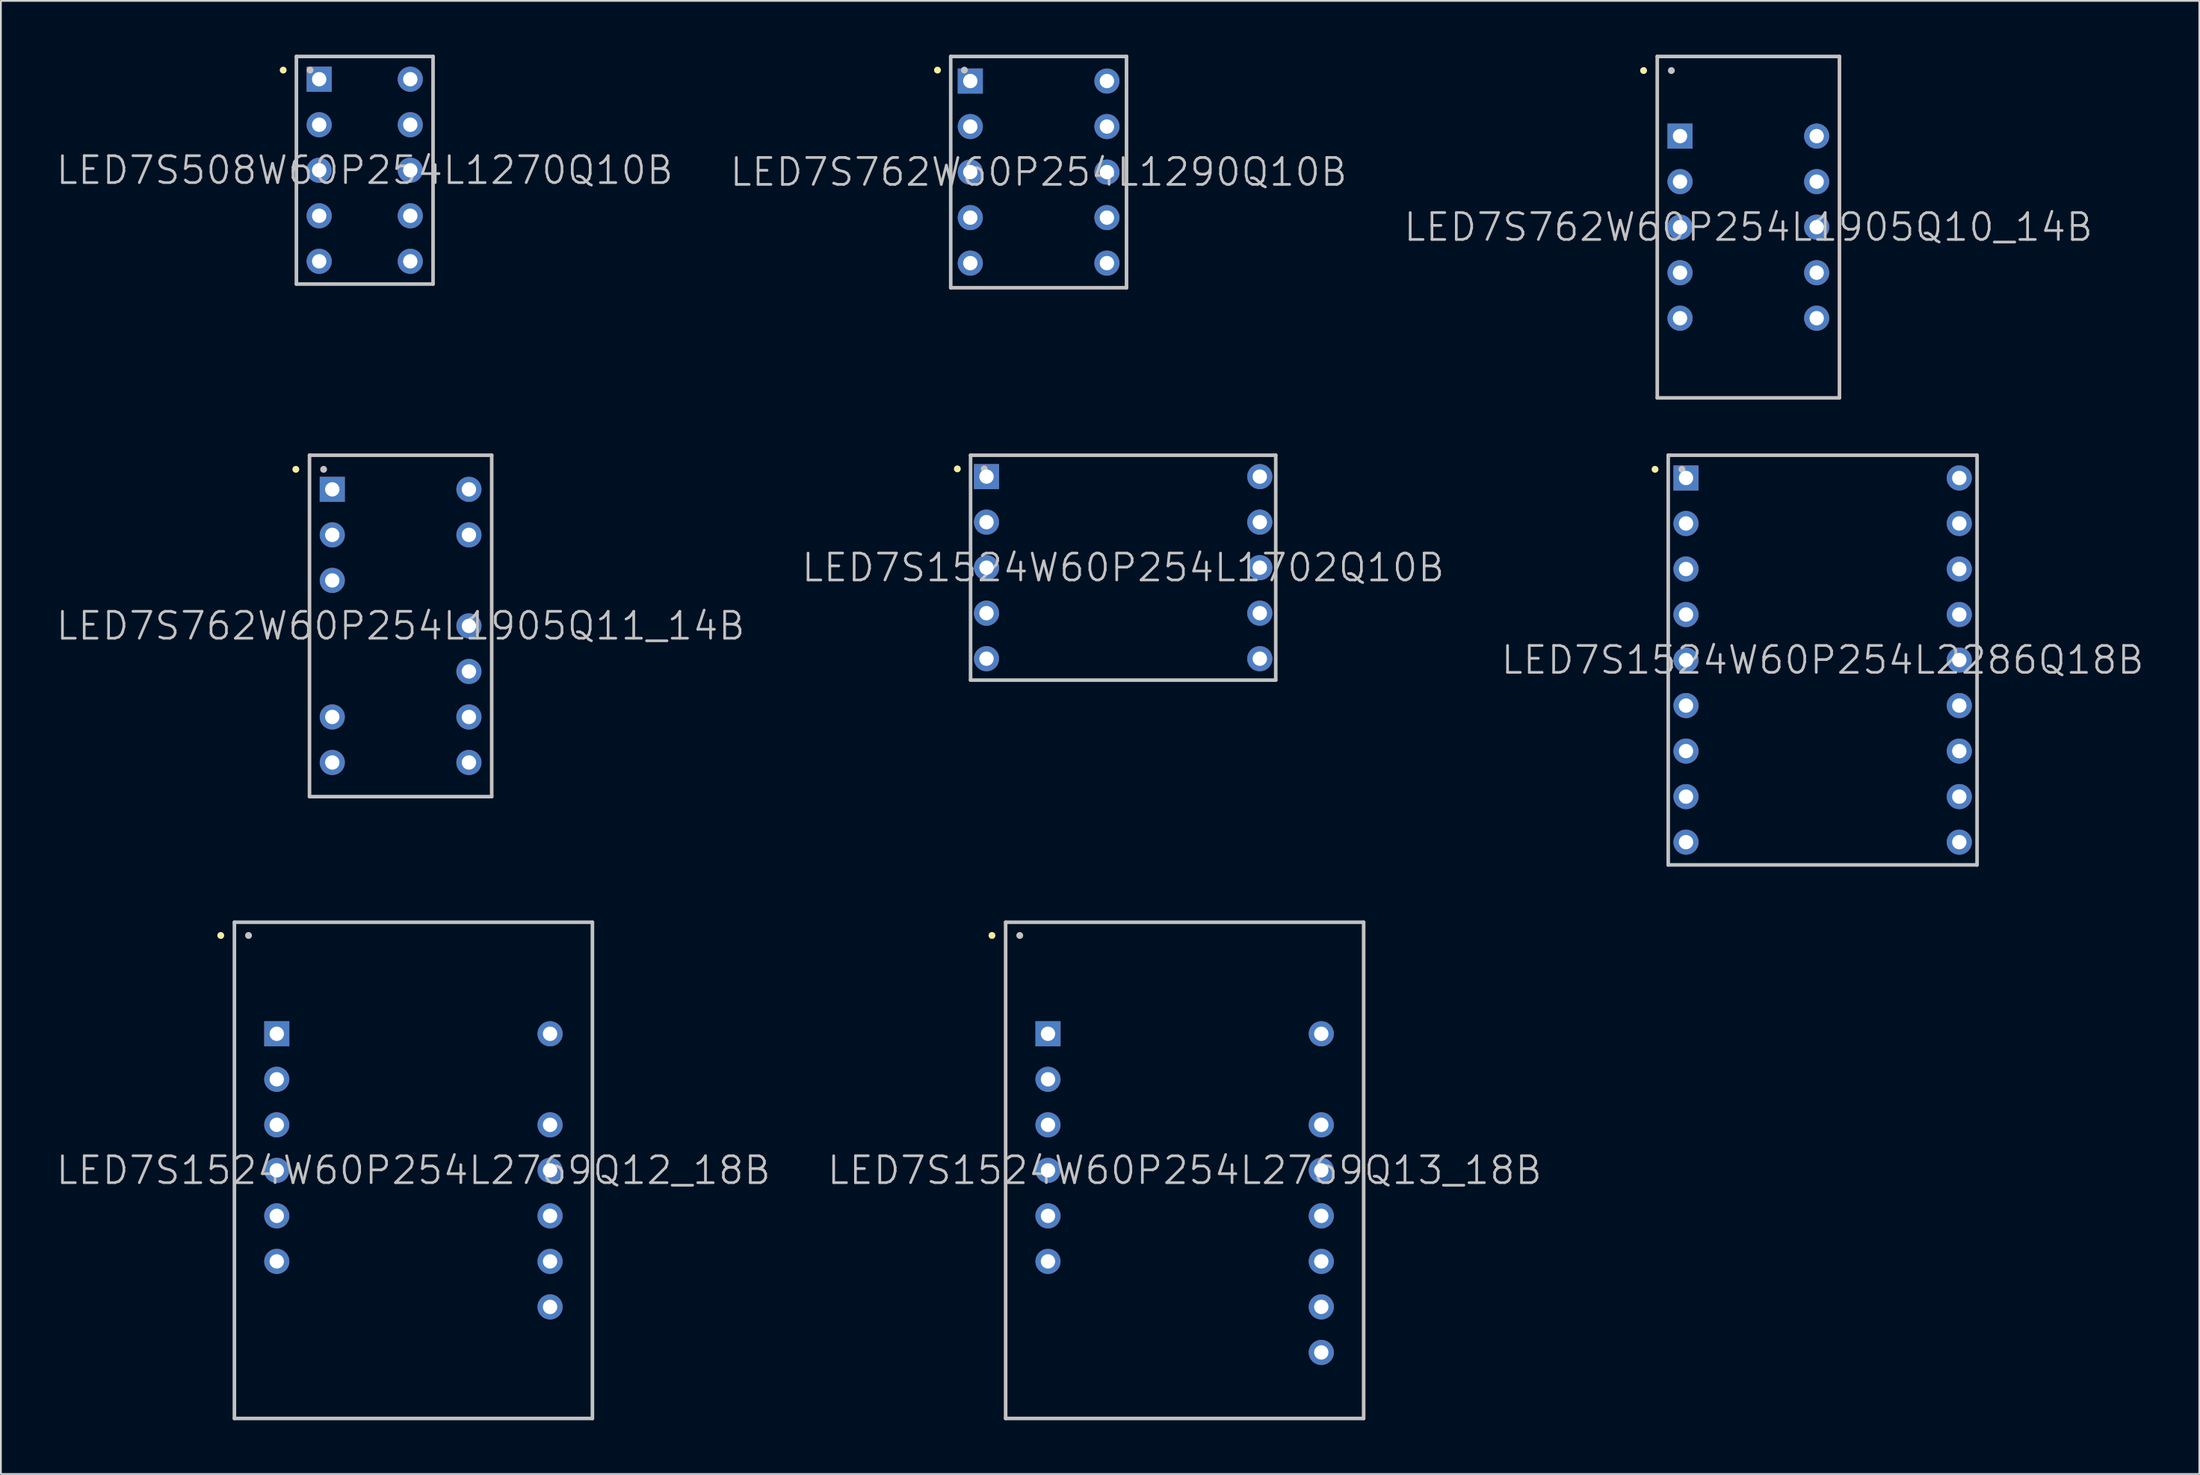
<source format=kicad_pcb>
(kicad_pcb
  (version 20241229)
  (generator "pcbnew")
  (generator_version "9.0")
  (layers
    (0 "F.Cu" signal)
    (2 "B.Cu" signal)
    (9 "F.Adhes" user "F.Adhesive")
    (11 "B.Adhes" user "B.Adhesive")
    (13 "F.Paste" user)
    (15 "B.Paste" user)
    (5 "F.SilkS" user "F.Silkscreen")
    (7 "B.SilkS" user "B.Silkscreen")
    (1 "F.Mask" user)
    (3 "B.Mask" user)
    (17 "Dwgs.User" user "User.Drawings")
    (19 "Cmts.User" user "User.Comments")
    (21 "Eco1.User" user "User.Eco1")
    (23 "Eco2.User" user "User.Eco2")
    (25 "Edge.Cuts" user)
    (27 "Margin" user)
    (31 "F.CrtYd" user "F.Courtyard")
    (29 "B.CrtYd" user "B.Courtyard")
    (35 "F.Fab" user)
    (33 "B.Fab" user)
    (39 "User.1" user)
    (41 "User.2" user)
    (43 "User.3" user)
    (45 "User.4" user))
  (footprint "LED7S762W60P254L1905Q11_14B"
    (layer "F.Cu")
    (at 19.289 31.875)
    (property "Reference" "LED7S762W60P254L1905Q11_14B" (at 0 0 0) (layer "Dwgs.User") (effects (font (size 1.5 1.5) (thickness 0.15))))
    (attr through_hole)
    (fp_line (start -5.842 -8.738) (end -5.842 -8.738) (stroke (width 0.381) (type solid)) (layer "F.SilkS"))
    (fp_line (start -5.08 -9.525) (end -5.08 9.525) (stroke (width 0.2) (type solid)) (layer "Dwgs.User"))
    (fp_line (start -5.08 -9.525) (end 5.08 -9.525) (stroke (width 0.2) (type solid)) (layer "Dwgs.User"))
    (fp_line (start -5.08 9.525) (end 5.08 9.525) (stroke (width 0.2) (type solid)) (layer "Dwgs.User"))
    (fp_line (start -4.293 -8.738) (end -4.293 -8.738) (stroke (width 0.381) (type solid)) (layer "Dwgs.User"))
    (fp_line (start 5.08 -9.525) (end 5.08 9.525) (stroke (width 0.2) (type solid)) (layer "Dwgs.User"))
    (pad "1" thru_hole rect (at -3.81 -7.62) (size 1.4 1.4) (drill 0.8) (layers "*.Cu" "*.Mask"))
    (pad "2" thru_hole circle (at -3.81 -5.08) (size 1.4 1.4) (drill 0.8) (layers "*.Cu" "*.Mask"))
    (pad "3" thru_hole circle (at -3.81 -2.54) (size 1.4 1.4) (drill 0.8) (layers "*.Cu" "*.Mask"))
    (pad "6" thru_hole circle (at -3.81 5.08) (size 1.4 1.4) (drill 0.8) (layers "*.Cu" "*.Mask"))
    (pad "7" thru_hole circle (at -3.81 7.62) (size 1.4 1.4) (drill 0.8) (layers "*.Cu" "*.Mask"))
    (pad "8" thru_hole circle (at 3.81 7.62) (size 1.4 1.4) (drill 0.8) (layers "*.Cu" "*.Mask"))
    (pad "9" thru_hole circle (at 3.81 5.08) (size 1.4 1.4) (drill 0.8) (layers "*.Cu" "*.Mask"))
    (pad "10" thru_hole circle (at 3.81 2.54) (size 1.4 1.4) (drill 0.8) (layers "*.Cu" "*.Mask"))
    (pad "11" thru_hole circle (at 3.81 0) (size 1.4 1.4) (drill 0.8) (layers "*.Cu" "*.Mask"))
    (pad "13" thru_hole circle (at 3.81 -5.08) (size 1.4 1.4) (drill 0.8) (layers "*.Cu" "*.Mask"))
    (pad "14" thru_hole circle (at 3.81 -7.62) (size 1.4 1.4) (drill 0.8) (layers "*.Cu" "*.Mask")))
  (footprint "LED7S762W60P254L1905Q10_14B"
    (layer "F.Cu")
    (at 94.446 9.625)
    (property "Reference" "LED7S762W60P254L1905Q10_14B" (at 0 0 0) (layer "Dwgs.User") (effects (font (size 1.5 1.5) (thickness 0.15))))
    (attr through_hole)
    (fp_line (start -5.842 -8.738) (end -5.842 -8.738) (stroke (width 0.381) (type solid)) (layer "F.SilkS"))
    (fp_line (start -5.08 -9.525) (end -5.08 9.525) (stroke (width 0.2) (type solid)) (layer "Dwgs.User"))
    (fp_line (start -5.08 -9.525) (end 5.08 -9.525) (stroke (width 0.2) (type solid)) (layer "Dwgs.User"))
    (fp_line (start -5.08 9.525) (end 5.08 9.525) (stroke (width 0.2) (type solid)) (layer "Dwgs.User"))
    (fp_line (start -4.293 -8.738) (end -4.293 -8.738) (stroke (width 0.381) (type solid)) (layer "Dwgs.User"))
    (fp_line (start 5.08 -9.525) (end 5.08 9.525) (stroke (width 0.2) (type solid)) (layer "Dwgs.User"))
    (pad "2" thru_hole rect (at -3.81 -5.08) (size 1.4 1.4) (drill 0.8) (layers "*.Cu" "*.Mask"))
    (pad "3" thru_hole circle (at -3.81 -2.54) (size 1.4 1.4) (drill 0.8) (layers "*.Cu" "*.Mask"))
    (pad "4" thru_hole circle (at -3.81 0) (size 1.4 1.4) (drill 0.8) (layers "*.Cu" "*.Mask"))
    (pad "5" thru_hole circle (at -3.81 2.54) (size 1.4 1.4) (drill 0.8) (layers "*.Cu" "*.Mask"))
    (pad "6" thru_hole circle (at -3.81 5.08) (size 1.4 1.4) (drill 0.8) (layers "*.Cu" "*.Mask"))
    (pad "9" thru_hole circle (at 3.81 5.08) (size 1.4 1.4) (drill 0.8) (layers "*.Cu" "*.Mask"))
    (pad "10" thru_hole circle (at 3.81 2.54) (size 1.4 1.4) (drill 0.8) (layers "*.Cu" "*.Mask"))
    (pad "11" thru_hole circle (at 3.81 0) (size 1.4 1.4) (drill 0.8) (layers "*.Cu" "*.Mask"))
    (pad "12" thru_hole circle (at 3.81 -2.54) (size 1.4 1.4) (drill 0.8) (layers "*.Cu" "*.Mask"))
    (pad "13" thru_hole circle (at 3.81 -5.08) (size 1.4 1.4) (drill 0.8) (layers "*.Cu" "*.Mask")))
  (footprint "LED7S1524W60P254L2769Q12_18B"
    (layer "F.Cu")
    (at 20.004 62.253)
    (property "Reference" "LED7S1524W60P254L2769Q12_18B" (at 0 0 0) (layer "Dwgs.User") (effects (font (size 1.5 1.5) (thickness 0.15))))
    (attr through_hole)
    (fp_line (start -10.744 -13.106) (end -10.744 -13.106) (stroke (width 0.381) (type solid)) (layer "F.SilkS"))
    (fp_line (start -9.982 -13.843) (end -9.982 13.843) (stroke (width 0.2) (type solid)) (layer "Dwgs.User"))
    (fp_line (start -9.982 -13.843) (end 9.982 -13.843) (stroke (width 0.2) (type solid)) (layer "Dwgs.User"))
    (fp_line (start -9.982 13.843) (end 9.982 13.843) (stroke (width 0.2) (type solid)) (layer "Dwgs.User"))
    (fp_line (start -9.195 -13.106) (end -9.195 -13.106) (stroke (width 0.381) (type solid)) (layer "Dwgs.User"))
    (fp_line (start 9.982 -13.843) (end 9.982 13.843) (stroke (width 0.2) (type solid)) (layer "Dwgs.User"))
    (pad "2" thru_hole rect (at -7.62 -7.62) (size 1.4 1.4) (drill 0.8) (layers "*.Cu" "*.Mask"))
    (pad "3" thru_hole circle (at -7.62 -5.08) (size 1.4 1.4) (drill 0.8) (layers "*.Cu" "*.Mask"))
    (pad "4" thru_hole circle (at -7.62 -2.54) (size 1.4 1.4) (drill 0.8) (layers "*.Cu" "*.Mask"))
    (pad "5" thru_hole circle (at -7.62 0) (size 1.4 1.4) (drill 0.8) (layers "*.Cu" "*.Mask"))
    (pad "6" thru_hole circle (at -7.62 2.54) (size 1.4 1.4) (drill 0.8) (layers "*.Cu" "*.Mask"))
    (pad "7" thru_hole circle (at -7.62 5.08) (size 1.4 1.4) (drill 0.8) (layers "*.Cu" "*.Mask"))
    (pad "11" thru_hole circle (at 7.62 7.62) (size 1.4 1.4) (drill 0.8) (layers "*.Cu" "*.Mask"))
    (pad "12" thru_hole circle (at 7.62 5.08) (size 1.4 1.4) (drill 0.8) (layers "*.Cu" "*.Mask"))
    (pad "13" thru_hole circle (at 7.62 2.54) (size 1.4 1.4) (drill 0.8) (layers "*.Cu" "*.Mask"))
    (pad "14" thru_hole circle (at 7.62 0) (size 1.4 1.4) (drill 0.8) (layers "*.Cu" "*.Mask"))
    (pad "15" thru_hole circle (at 7.62 -2.54) (size 1.4 1.4) (drill 0.8) (layers "*.Cu" "*.Mask"))
    (pad "17" thru_hole circle (at 7.62 -7.62) (size 1.4 1.4) (drill 0.8) (layers "*.Cu" "*.Mask")))
  (footprint "LED7S1524W60P254L1702Q10B"
    (layer "F.Cu")
    (at 59.582 28.624)
    (property "Reference" "LED7S1524W60P254L1702Q10B" (at 0 0 0) (layer "Dwgs.User") (effects (font (size 1.5 1.5) (thickness 0.15))))
    (attr through_hole)
    (fp_line (start -9.246 -5.512) (end -9.246 -5.512) (stroke (width 0.381) (type solid)) (layer "F.SilkS"))
    (fp_line (start -8.509 -6.274) (end -8.509 6.274) (stroke (width 0.2) (type solid)) (layer "Dwgs.User"))
    (fp_line (start -8.509 -6.274) (end 8.509 -6.274) (stroke (width 0.2) (type solid)) (layer "Dwgs.User"))
    (fp_line (start -8.509 6.274) (end 8.509 6.274) (stroke (width 0.2) (type solid)) (layer "Dwgs.User"))
    (fp_line (start -7.747 -5.512) (end -7.747 -5.512) (stroke (width 0.381) (type solid)) (layer "Dwgs.User"))
    (fp_line (start 8.509 -6.274) (end 8.509 6.274) (stroke (width 0.2) (type solid)) (layer "Dwgs.User"))
    (pad "1" thru_hole rect (at -7.62 -5.08) (size 1.4 1.4) (drill 0.8) (layers "*.Cu" "*.Mask"))
    (pad "2" thru_hole circle (at -7.62 -2.54) (size 1.4 1.4) (drill 0.8) (layers "*.Cu" "*.Mask"))
    (pad "3" thru_hole circle (at -7.62 0) (size 1.4 1.4) (drill 0.8) (layers "*.Cu" "*.Mask"))
    (pad "4" thru_hole circle (at -7.62 2.54) (size 1.4 1.4) (drill 0.8) (layers "*.Cu" "*.Mask"))
    (pad "5" thru_hole circle (at -7.62 5.08) (size 1.4 1.4) (drill 0.8) (layers "*.Cu" "*.Mask"))
    (pad "6" thru_hole circle (at 7.62 5.08) (size 1.4 1.4) (drill 0.8) (layers "*.Cu" "*.Mask"))
    (pad "7" thru_hole circle (at 7.62 2.54) (size 1.4 1.4) (drill 0.8) (layers "*.Cu" "*.Mask"))
    (pad "8" thru_hole circle (at 7.62 0) (size 1.4 1.4) (drill 0.8) (layers "*.Cu" "*.Mask"))
    (pad "9" thru_hole circle (at 7.62 -2.54) (size 1.4 1.4) (drill 0.8) (layers "*.Cu" "*.Mask"))
    (pad "10" thru_hole circle (at 7.62 -5.08) (size 1.4 1.4) (drill 0.8) (layers "*.Cu" "*.Mask")))
  (footprint "LED7S1524W60P254L2769Q13_18B"
    (layer "F.Cu")
    (at 63.011 62.253)
    (property "Reference" "LED7S1524W60P254L2769Q13_18B" (at 0 0 0) (layer "Dwgs.User") (effects (font (size 1.5 1.5) (thickness 0.15))))
    (attr through_hole)
    (fp_line (start -10.744 -13.106) (end -10.744 -13.106) (stroke (width 0.381) (type solid)) (layer "F.SilkS"))
    (fp_line (start -9.982 -13.843) (end -9.982 13.843) (stroke (width 0.2) (type solid)) (layer "Dwgs.User"))
    (fp_line (start -9.982 -13.843) (end 9.982 -13.843) (stroke (width 0.2) (type solid)) (layer "Dwgs.User"))
    (fp_line (start -9.982 13.843) (end 9.982 13.843) (stroke (width 0.2) (type solid)) (layer "Dwgs.User"))
    (fp_line (start -9.195 -13.106) (end -9.195 -13.106) (stroke (width 0.381) (type solid)) (layer "Dwgs.User"))
    (fp_line (start 9.982 -13.843) (end 9.982 13.843) (stroke (width 0.2) (type solid)) (layer "Dwgs.User"))
    (pad "2" thru_hole rect (at -7.62 -7.62) (size 1.4 1.4) (drill 0.8) (layers "*.Cu" "*.Mask"))
    (pad "3" thru_hole circle (at -7.62 -5.08) (size 1.4 1.4) (drill 0.8) (layers "*.Cu" "*.Mask"))
    (pad "4" thru_hole circle (at -7.62 -2.54) (size 1.4 1.4) (drill 0.8) (layers "*.Cu" "*.Mask"))
    (pad "5" thru_hole circle (at -7.62 0) (size 1.4 1.4) (drill 0.8) (layers "*.Cu" "*.Mask"))
    (pad "6" thru_hole circle (at -7.62 2.54) (size 1.4 1.4) (drill 0.8) (layers "*.Cu" "*.Mask"))
    (pad "7" thru_hole circle (at -7.62 5.08) (size 1.4 1.4) (drill 0.8) (layers "*.Cu" "*.Mask"))
    (pad "10" thru_hole circle (at 7.62 10.16) (size 1.4 1.4) (drill 0.8) (layers "*.Cu" "*.Mask"))
    (pad "11" thru_hole circle (at 7.62 7.62) (size 1.4 1.4) (drill 0.8) (layers "*.Cu" "*.Mask"))
    (pad "12" thru_hole circle (at 7.62 5.08) (size 1.4 1.4) (drill 0.8) (layers "*.Cu" "*.Mask"))
    (pad "13" thru_hole circle (at 7.62 2.54) (size 1.4 1.4) (drill 0.8) (layers "*.Cu" "*.Mask"))
    (pad "14" thru_hole circle (at 7.62 0) (size 1.4 1.4) (drill 0.8) (layers "*.Cu" "*.Mask"))
    (pad "15" thru_hole circle (at 7.62 -2.54) (size 1.4 1.4) (drill 0.8) (layers "*.Cu" "*.Mask"))
    (pad "17" thru_hole circle (at 7.62 -7.62) (size 1.4 1.4) (drill 0.8) (layers "*.Cu" "*.Mask")))
  (footprint "LED7S762W60P254L1290Q10B"
    (layer "F.Cu")
    (at 54.868 6.552)
    (property "Reference" "LED7S762W60P254L1290Q10B" (at 0 0 0) (layer "Dwgs.User") (effects (font (size 1.5 1.5) (thickness 0.15))))
    (attr through_hole)
    (fp_line (start -5.639 -5.69) (end -5.639 -5.69) (stroke (width 0.381) (type solid)) (layer "F.SilkS"))
    (fp_line (start -4.902 -6.452) (end -4.902 6.452) (stroke (width 0.2) (type solid)) (layer "Dwgs.User"))
    (fp_line (start -4.902 -6.452) (end 4.902 -6.452) (stroke (width 0.2) (type solid)) (layer "Dwgs.User"))
    (fp_line (start -4.902 6.452) (end 4.902 6.452) (stroke (width 0.2) (type solid)) (layer "Dwgs.User"))
    (fp_line (start -4.14 -5.69) (end -4.14 -5.69) (stroke (width 0.381) (type solid)) (layer "Dwgs.User"))
    (fp_line (start 4.902 -6.452) (end 4.902 6.452) (stroke (width 0.2) (type solid)) (layer "Dwgs.User"))
    (pad "1" thru_hole rect (at -3.81 -5.08) (size 1.4 1.4) (drill 0.8) (layers "*.Cu" "*.Mask"))
    (pad "2" thru_hole circle (at -3.81 -2.54) (size 1.4 1.4) (drill 0.8) (layers "*.Cu" "*.Mask"))
    (pad "3" thru_hole circle (at -3.81 0) (size 1.4 1.4) (drill 0.8) (layers "*.Cu" "*.Mask"))
    (pad "4" thru_hole circle (at -3.81 2.54) (size 1.4 1.4) (drill 0.8) (layers "*.Cu" "*.Mask"))
    (pad "5" thru_hole circle (at -3.81 5.08) (size 1.4 1.4) (drill 0.8) (layers "*.Cu" "*.Mask"))
    (pad "6" thru_hole circle (at 3.81 5.08) (size 1.4 1.4) (drill 0.8) (layers "*.Cu" "*.Mask"))
    (pad "7" thru_hole circle (at 3.81 2.54) (size 1.4 1.4) (drill 0.8) (layers "*.Cu" "*.Mask"))
    (pad "8" thru_hole circle (at 3.81 0) (size 1.4 1.4) (drill 0.8) (layers "*.Cu" "*.Mask"))
    (pad "9" thru_hole circle (at 3.81 -2.54) (size 1.4 1.4) (drill 0.8) (layers "*.Cu" "*.Mask"))
    (pad "10" thru_hole circle (at 3.81 -5.08) (size 1.4 1.4) (drill 0.8) (layers "*.Cu" "*.Mask")))
  (footprint "LED7S1524W60P254L2286Q18B"
    (layer "F.Cu")
    (at 98.589 33.78)
    (property "Reference" "LED7S1524W60P254L2286Q18B" (at 0 0 0) (layer "Dwgs.User") (effects (font (size 1.5 1.5) (thickness 0.15))))
    (attr through_hole)
    (fp_line (start -9.347 -10.643) (end -9.347 -10.643) (stroke (width 0.381) (type solid)) (layer "F.SilkS"))
    (fp_line (start -8.611 -11.43) (end -8.611 11.43) (stroke (width 0.2) (type solid)) (layer "Dwgs.User"))
    (fp_line (start -8.611 -11.43) (end 8.611 -11.43) (stroke (width 0.2) (type solid)) (layer "Dwgs.User"))
    (fp_line (start -8.611 11.43) (end 8.611 11.43) (stroke (width 0.2) (type solid)) (layer "Dwgs.User"))
    (fp_line (start -7.849 -10.643) (end -7.849 -10.643) (stroke (width 0.381) (type solid)) (layer "Dwgs.User"))
    (fp_line (start 8.611 -11.43) (end 8.611 11.43) (stroke (width 0.2) (type solid)) (layer "Dwgs.User"))
    (pad "1" thru_hole rect (at -7.62 -10.16) (size 1.4 1.4) (drill 0.8) (layers "*.Cu" "*.Mask"))
    (pad "2" thru_hole circle (at -7.62 -7.62) (size 1.4 1.4) (drill 0.8) (layers "*.Cu" "*.Mask"))
    (pad "3" thru_hole circle (at -7.62 -5.08) (size 1.4 1.4) (drill 0.8) (layers "*.Cu" "*.Mask"))
    (pad "4" thru_hole circle (at -7.62 -2.54) (size 1.4 1.4) (drill 0.8) (layers "*.Cu" "*.Mask"))
    (pad "5" thru_hole circle (at -7.62 0) (size 1.4 1.4) (drill 0.8) (layers "*.Cu" "*.Mask"))
    (pad "6" thru_hole circle (at -7.62 2.54) (size 1.4 1.4) (drill 0.8) (layers "*.Cu" "*.Mask"))
    (pad "7" thru_hole circle (at -7.62 5.08) (size 1.4 1.4) (drill 0.8) (layers "*.Cu" "*.Mask"))
    (pad "8" thru_hole circle (at -7.62 7.62) (size 1.4 1.4) (drill 0.8) (layers "*.Cu" "*.Mask"))
    (pad "9" thru_hole circle (at -7.62 10.16) (size 1.4 1.4) (drill 0.8) (layers "*.Cu" "*.Mask"))
    (pad "10" thru_hole circle (at 7.62 10.16) (size 1.4 1.4) (drill 0.8) (layers "*.Cu" "*.Mask"))
    (pad "11" thru_hole circle (at 7.62 7.62) (size 1.4 1.4) (drill 0.8) (layers "*.Cu" "*.Mask"))
    (pad "12" thru_hole circle (at 7.62 5.08) (size 1.4 1.4) (drill 0.8) (layers "*.Cu" "*.Mask"))
    (pad "13" thru_hole circle (at 7.62 2.54) (size 1.4 1.4) (drill 0.8) (layers "*.Cu" "*.Mask"))
    (pad "14" thru_hole circle (at 7.62 0) (size 1.4 1.4) (drill 0.8) (layers "*.Cu" "*.Mask"))
    (pad "15" thru_hole circle (at 7.62 -2.54) (size 1.4 1.4) (drill 0.8) (layers "*.Cu" "*.Mask"))
    (pad "16" thru_hole circle (at 7.62 -5.08) (size 1.4 1.4) (drill 0.8) (layers "*.Cu" "*.Mask"))
    (pad "17" thru_hole circle (at 7.62 -7.62) (size 1.4 1.4) (drill 0.8) (layers "*.Cu" "*.Mask"))
    (pad "18" thru_hole circle (at 7.62 -10.16) (size 1.4 1.4) (drill 0.8) (layers "*.Cu" "*.Mask")))
  (footprint "LED7S508W60P254L1270Q10B"
    (layer "F.Cu")
    (at 17.289 6.45)
    (property "Reference" "LED7S508W60P254L1270Q10B" (at 0 0 0) (layer "Dwgs.User") (effects (font (size 1.5 1.5) (thickness 0.15))))
    (attr through_hole)
    (fp_line (start -4.547 -5.588) (end -4.547 -5.588) (stroke (width 0.381) (type solid)) (layer "F.SilkS"))
    (fp_line (start -3.81 -6.35) (end -3.81 6.35) (stroke (width 0.2) (type solid)) (layer "Dwgs.User"))
    (fp_line (start -3.81 -6.35) (end 3.81 -6.35) (stroke (width 0.2) (type solid)) (layer "Dwgs.User"))
    (fp_line (start -3.81 6.35) (end 3.81 6.35) (stroke (width 0.2) (type solid)) (layer "Dwgs.User"))
    (fp_line (start -3.048 -5.588) (end -3.048 -5.588) (stroke (width 0.381) (type solid)) (layer "Dwgs.User"))
    (fp_line (start 3.81 -6.35) (end 3.81 6.35) (stroke (width 0.2) (type solid)) (layer "Dwgs.User"))
    (pad "1" thru_hole rect (at -2.54 -5.08) (size 1.4 1.4) (drill 0.8) (layers "*.Cu" "*.Mask"))
    (pad "2" thru_hole circle (at -2.54 -2.54) (size 1.4 1.4) (drill 0.8) (layers "*.Cu" "*.Mask"))
    (pad "3" thru_hole circle (at -2.54 0) (size 1.4 1.4) (drill 0.8) (layers "*.Cu" "*.Mask"))
    (pad "4" thru_hole circle (at -2.54 2.54) (size 1.4 1.4) (drill 0.8) (layers "*.Cu" "*.Mask"))
    (pad "5" thru_hole circle (at -2.54 5.08) (size 1.4 1.4) (drill 0.8) (layers "*.Cu" "*.Mask"))
    (pad "6" thru_hole circle (at 2.54 5.08) (size 1.4 1.4) (drill 0.8) (layers "*.Cu" "*.Mask"))
    (pad "7" thru_hole circle (at 2.54 2.54) (size 1.4 1.4) (drill 0.8) (layers "*.Cu" "*.Mask"))
    (pad "8" thru_hole circle (at 2.54 0) (size 1.4 1.4) (drill 0.8) (layers "*.Cu" "*.Mask"))
    (pad "9" thru_hole circle (at 2.54 -2.54) (size 1.4 1.4) (drill 0.8) (layers "*.Cu" "*.Mask"))
    (pad "10" thru_hole circle (at 2.54 -5.08) (size 1.4 1.4) (drill 0.8) (layers "*.Cu" "*.Mask")))
  (gr_rect
    (start -3 -3)
    (end 119.593 79.196)
    (stroke (width 0.1) (type default))
    (fill no)
    (layer "Edge.Cuts")))
</source>
